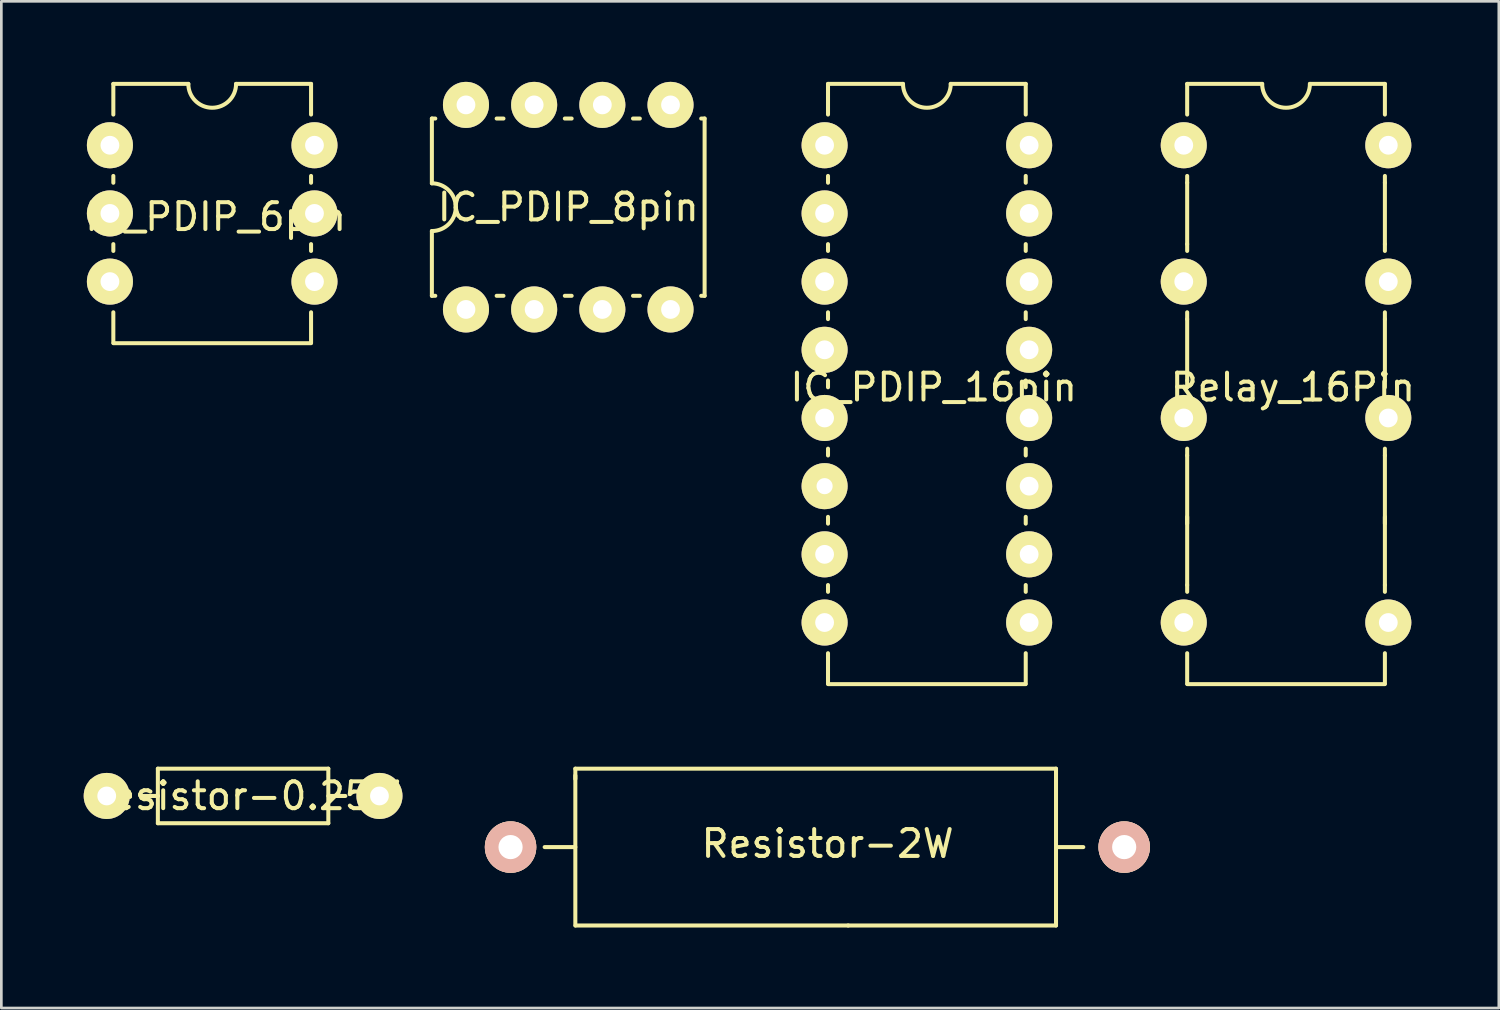
<source format=kicad_pcb>
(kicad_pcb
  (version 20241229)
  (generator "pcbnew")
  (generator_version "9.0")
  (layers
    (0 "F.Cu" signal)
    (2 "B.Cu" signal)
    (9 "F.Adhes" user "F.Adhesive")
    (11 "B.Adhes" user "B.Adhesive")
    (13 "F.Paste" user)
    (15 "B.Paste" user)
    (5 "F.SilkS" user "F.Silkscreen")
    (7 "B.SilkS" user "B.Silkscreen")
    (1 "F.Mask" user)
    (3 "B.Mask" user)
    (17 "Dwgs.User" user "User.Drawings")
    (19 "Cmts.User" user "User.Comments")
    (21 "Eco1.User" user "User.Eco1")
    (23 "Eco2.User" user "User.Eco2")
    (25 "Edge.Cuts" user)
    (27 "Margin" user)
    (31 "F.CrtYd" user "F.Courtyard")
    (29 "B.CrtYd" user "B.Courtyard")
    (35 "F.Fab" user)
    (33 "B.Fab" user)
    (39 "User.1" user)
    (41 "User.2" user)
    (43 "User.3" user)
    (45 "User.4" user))
  (footprint "IC_PDIP_8pin"
    (layer "F.Cu")
    (at 18.119 4.668)
    (property "Reference" "IC_PDIP_8pin" (at 0 0 0) (layer "F.SilkS") (effects (font (size 1 1) (thickness 0.15))))
    (attr through_hole)
    (fp_line (start -5.08 -3.302) (end -4.953 -3.302) (stroke (width 0.15) (type solid)) (layer "F.SilkS"))
    (fp_line (start -5.08 -0.889) (end -5.08 -3.302) (stroke (width 0.15) (type solid)) (layer "F.SilkS"))
    (fp_line (start -5.08 0.889) (end -5.08 3.302) (stroke (width 0.15) (type solid)) (layer "F.SilkS"))
    (fp_line (start -5.08 3.302) (end -4.953 3.302) (stroke (width 0.15) (type solid)) (layer "F.SilkS"))
    (fp_line (start -2.667 -3.302) (end -2.413 -3.302) (stroke (width 0.15) (type solid)) (layer "F.SilkS"))
    (fp_line (start -2.667 3.302) (end -2.413 3.302) (stroke (width 0.15) (type solid)) (layer "F.SilkS"))
    (fp_line (start -0.127 -3.302) (end 0.127 -3.302) (stroke (width 0.15) (type solid)) (layer "F.SilkS"))
    (fp_line (start -0.127 3.302) (end 0.127 3.302) (stroke (width 0.15) (type solid)) (layer "F.SilkS"))
    (fp_line (start 2.413 -3.302) (end 2.667 -3.302) (stroke (width 0.15) (type solid)) (layer "F.SilkS"))
    (fp_line (start 2.413 3.302) (end 2.667 3.302) (stroke (width 0.15) (type solid)) (layer "F.SilkS"))
    (fp_line (start 5.08 -3.302) (end 4.953 -3.302) (stroke (width 0.15) (type solid)) (layer "F.SilkS"))
    (fp_line (start 5.08 3.302) (end 4.953 3.302) (stroke (width 0.15) (type solid)) (layer "F.SilkS"))
    (fp_line (start 5.08 3.302) (end 5.08 -3.302) (stroke (width 0.15) (type solid)) (layer "F.SilkS"))
    (fp_arc (start -5.08 -0.889) (mid -4.451382 -0.628618) (end -4.191 0) (stroke (width 0.15) (type solid)) (layer "F.SilkS"))
    (fp_arc (start -4.191 0) (mid -4.451382 0.628618) (end -5.08 0.889) (stroke (width 0.15) (type solid)) (layer "F.SilkS"))
    (pad "1" thru_hole circle (at -3.81 3.81) (size 1.716 1.716) (drill 0.7) (layers "*.Cu" "*.Mask" "F.SilkS"))
    (pad "2" thru_hole circle (at -1.27 3.81) (size 1.716 1.716) (drill 0.7) (layers "*.Cu" "*.Mask" "F.SilkS"))
    (pad "3" thru_hole circle (at 1.27 3.81) (size 1.716 1.716) (drill 0.7) (layers "*.Cu" "*.Mask" "F.SilkS"))
    (pad "4" thru_hole circle (at 3.81 3.81) (size 1.716 1.716) (drill 0.7) (layers "*.Cu" "*.Mask" "F.SilkS"))
    (pad "5" thru_hole circle (at 3.81 -3.81) (size 1.716 1.716) (drill 0.7) (layers "*.Cu" "*.Mask" "F.SilkS"))
    (pad "6" thru_hole circle (at 1.27 -3.81) (size 1.716 1.716) (drill 0.7) (layers "*.Cu" "*.Mask" "F.SilkS"))
    (pad "7" thru_hole circle (at -1.27 -3.81) (size 1.716 1.716) (drill 0.7) (layers "*.Cu" "*.Mask" "F.SilkS"))
    (pad "8" thru_hole circle (at -3.81 -3.81) (size 1.716 1.716) (drill 0.7) (layers "*.Cu" "*.Mask" "F.SilkS")))
  (footprint "Relay_16Pin"
    (layer "F.Cu")
    (at 41.049 2.361)
    (property "Reference" "Relay_16Pin" (at 4.064 9.017 0) (layer "F.SilkS") (effects (font (size 1 1) (thickness 0.15))))
    (attr through_hole)
    (fp_line (start 0.127 -2.286) (end 2.921 -2.286) (stroke (width 0.15) (type solid)) (layer "F.SilkS"))
    (fp_line (start 0.127 -1.143) (end 0.127 -2.286) (stroke (width 0.15) (type solid)) (layer "F.SilkS"))
    (fp_line (start 0.127 1.143) (end 0.127 1.397) (stroke (width 0.15) (type solid)) (layer "F.SilkS"))
    (fp_line (start 0.127 1.397) (end 0.127 3.683) (stroke (width 0.15) (type solid)) (layer "F.SilkS"))
    (fp_line (start 0.127 3.937) (end 0.127 3.683) (stroke (width 0.15) (type solid)) (layer "F.SilkS"))
    (fp_line (start 0.127 6.477) (end 0.127 6.223) (stroke (width 0.15) (type solid)) (layer "F.SilkS"))
    (fp_line (start 0.127 8.763) (end 0.127 6.477) (stroke (width 0.15) (type solid)) (layer "F.SilkS"))
    (fp_line (start 0.127 9.017) (end 0.127 8.763) (stroke (width 0.15) (type solid)) (layer "F.SilkS"))
    (fp_line (start 0.127 11.557) (end 0.127 11.303) (stroke (width 0.15) (type solid)) (layer "F.SilkS"))
    (fp_line (start 0.127 11.557) (end 0.127 16.383) (stroke (width 0.15) (type solid)) (layer "F.SilkS"))
    (fp_line (start 0.127 14.097) (end 0.127 13.843) (stroke (width 0.15) (type solid)) (layer "F.SilkS"))
    (fp_line (start 0.127 16.637) (end 0.127 16.383) (stroke (width 0.15) (type solid)) (layer "F.SilkS"))
    (fp_line (start 0.127 18.923) (end 0.127 20.066) (stroke (width 0.15) (type solid)) (layer "F.SilkS"))
    (fp_line (start 0.135 20.075) (end 7.485 20.075) (stroke (width 0.15) (type solid)) (layer "F.SilkS"))
    (fp_line (start 4.699 -2.286) (end 7.493 -2.286) (stroke (width 0.15) (type solid)) (layer "F.SilkS"))
    (fp_line (start 7.493 -1.143) (end 7.493 -2.286) (stroke (width 0.15) (type solid)) (layer "F.SilkS"))
    (fp_line (start 7.493 1.143) (end 7.493 1.397) (stroke (width 0.15) (type solid)) (layer "F.SilkS"))
    (fp_line (start 7.493 3.683) (end 7.493 1.397) (stroke (width 0.15) (type solid)) (layer "F.SilkS"))
    (fp_line (start 7.493 3.683) (end 7.493 3.937) (stroke (width 0.15) (type solid)) (layer "F.SilkS"))
    (fp_line (start 7.493 6.223) (end 7.493 6.477) (stroke (width 0.15) (type solid)) (layer "F.SilkS"))
    (fp_line (start 7.493 6.477) (end 7.493 8.763) (stroke (width 0.15) (type solid)) (layer "F.SilkS"))
    (fp_line (start 7.493 8.763) (end 7.493 9.017) (stroke (width 0.15) (type solid)) (layer "F.SilkS"))
    (fp_line (start 7.493 11.303) (end 7.493 11.557) (stroke (width 0.15) (type solid)) (layer "F.SilkS"))
    (fp_line (start 7.493 13.843) (end 7.493 14.097) (stroke (width 0.15) (type solid)) (layer "F.SilkS"))
    (fp_line (start 7.493 16.383) (end 7.493 11.557) (stroke (width 0.15) (type solid)) (layer "F.SilkS"))
    (fp_line (start 7.493 16.383) (end 7.493 16.637) (stroke (width 0.15) (type solid)) (layer "F.SilkS"))
    (fp_line (start 7.493 18.923) (end 7.493 20.066) (stroke (width 0.15) (type solid)) (layer "F.SilkS"))
    (fp_arc (start 4.699 -2.286) (mid 3.81 -1.397) (end 2.921 -2.286) (stroke (width 0.15) (type solid)) (layer "F.SilkS"))
    (pad "1" thru_hole circle (at 0 0) (size 1.716 1.716) (drill 0.7) (layers "*.Cu" "*.Mask" "F.SilkS"))
    (pad "3" thru_hole circle (at 0 5.08) (size 1.716 1.716) (drill 0.7) (layers "*.Cu" "*.Mask" "F.SilkS"))
    (pad "5" thru_hole circle (at 0 10.16) (size 1.716 1.716) (drill 0.7) (layers "*.Cu" "*.Mask" "F.SilkS"))
    (pad "8" thru_hole circle (at 0 17.78) (size 1.716 1.716) (drill 0.7) (layers "*.Cu" "*.Mask" "F.SilkS"))
    (pad "9" thru_hole circle (at 7.62 17.78) (size 1.716 1.716) (drill 0.7) (layers "*.Cu" "*.Mask" "F.SilkS"))
    (pad "12" thru_hole circle (at 7.62 10.16) (size 1.716 1.716) (drill 0.7) (layers "*.Cu" "*.Mask" "F.SilkS"))
    (pad "14" thru_hole circle (at 7.62 5.08) (size 1.716 1.716) (drill 0.7) (layers "*.Cu" "*.Mask" "F.SilkS"))
    (pad "16" thru_hole circle (at 7.62 0) (size 1.716 1.716) (drill 0.7) (layers "*.Cu" "*.Mask" "F.SilkS")))
  (footprint "Resistor-0.25W"
    (layer "F.Cu")
    (at 0.926 26.602)
    (property "Reference" "Resistor-0.25W" (at 5.08 0 0) (layer "F.SilkS") (effects (font (size 1 1) (thickness 0.15))))
    (attr through_hole)
    (fp_line (start 1.905 -1.016) (end 8.255 -1.016) (stroke (width 0.15) (type solid)) (layer "F.SilkS"))
    (fp_line (start 1.905 0) (end 1.27 0) (stroke (width 0.15) (type solid)) (layer "F.SilkS"))
    (fp_line (start 1.905 0) (end 1.905 -1.016) (stroke (width 0.15) (type solid)) (layer "F.SilkS"))
    (fp_line (start 1.905 1.016) (end 1.905 0) (stroke (width 0.15) (type solid)) (layer "F.SilkS"))
    (fp_line (start 8.255 -1.016) (end 8.255 1.016) (stroke (width 0.15) (type solid)) (layer "F.SilkS"))
    (fp_line (start 8.255 0) (end 8.89 0) (stroke (width 0.15) (type solid)) (layer "F.SilkS"))
    (fp_line (start 8.255 1.016) (end 1.905 1.016) (stroke (width 0.15) (type solid)) (layer "F.SilkS"))
    (pad "1" thru_hole circle (at 0 0) (size 1.716 1.716) (drill 0.7) (layers "*.Cu" "*.Mask" "F.SilkS"))
    (pad "2" thru_hole circle (at 10.16 0) (size 1.716 1.716) (drill 0.7) (layers "*.Cu" "*.Mask" "F.SilkS")))
  (footprint "IC_PDIP_6pin"
    (layer "F.Cu")
    (at 1.045 2.361)
    (property "Reference" "IC_PDIP_6pin" (at 3.937 2.667 0) (layer "F.SilkS") (effects (font (size 1 1) (thickness 0.15))))
    (attr through_hole)
    (fp_line (start 0.127 -2.286) (end 2.921 -2.286) (stroke (width 0.15) (type solid)) (layer "F.SilkS"))
    (fp_line (start 0.127 -1.143) (end 0.127 -2.286) (stroke (width 0.15) (type solid)) (layer "F.SilkS"))
    (fp_line (start 0.127 1.143) (end 0.127 1.397) (stroke (width 0.15) (type solid)) (layer "F.SilkS"))
    (fp_line (start 0.127 3.683) (end 0.127 3.937) (stroke (width 0.15) (type solid)) (layer "F.SilkS"))
    (fp_line (start 0.127 6.223) (end 0.127 7.366) (stroke (width 0.15) (type solid)) (layer "F.SilkS"))
    (fp_line (start 0.135 7.375) (end 7.485 7.375) (stroke (width 0.15) (type solid)) (layer "F.SilkS"))
    (fp_line (start 4.699 -2.286) (end 7.493 -2.286) (stroke (width 0.15) (type solid)) (layer "F.SilkS"))
    (fp_line (start 7.493 -1.143) (end 7.493 -2.286) (stroke (width 0.15) (type solid)) (layer "F.SilkS"))
    (fp_line (start 7.493 1.143) (end 7.493 1.397) (stroke (width 0.15) (type solid)) (layer "F.SilkS"))
    (fp_line (start 7.493 3.683) (end 7.493 3.937) (stroke (width 0.15) (type solid)) (layer "F.SilkS"))
    (fp_line (start 7.493 6.223) (end 7.493 7.366) (stroke (width 0.15) (type solid)) (layer "F.SilkS"))
    (fp_arc (start 4.699 -2.286) (mid 3.81 -1.397) (end 2.921 -2.286) (stroke (width 0.15) (type solid)) (layer "F.SilkS"))
    (pad "1" thru_hole circle (at 0 0) (size 1.716 1.716) (drill 0.7) (layers "*.Cu" "*.Mask" "F.SilkS"))
    (pad "2" thru_hole circle (at 0 2.54) (size 1.716 1.716) (drill 0.7) (layers "*.Cu" "*.Mask" "F.SilkS"))
    (pad "3" thru_hole circle (at 0 5.08) (size 1.716 1.716) (drill 0.7) (layers "*.Cu" "*.Mask" "F.SilkS"))
    (pad "4" thru_hole circle (at 7.62 5.08) (size 1.716 1.716) (drill 0.7) (layers "*.Cu" "*.Mask" "F.SilkS"))
    (pad "5" thru_hole circle (at 7.62 2.54) (size 1.716 1.716) (drill 0.7) (layers "*.Cu" "*.Mask" "F.SilkS"))
    (pad "6" thru_hole circle (at 7.62 0) (size 1.716 1.716) (drill 0.7) (layers "*.Cu" "*.Mask" "F.SilkS")))
  (footprint "Resistor-2W"
    (layer "F.Cu")
    (at 15.97 28.507)
    (property "Reference" "Resistor-2W" (at 11.811 -0.127 0) (layer "F.SilkS") (effects (font (size 1 1) (thickness 0.15))))
    (attr through_hole)
    (fp_line (start 1.27 0) (end 2.413 0) (stroke (width 0.15) (type solid)) (layer "F.SilkS"))
    (fp_line (start 2.413 -2.921) (end 2.413 -2.54) (stroke (width 0.15) (type solid)) (layer "F.SilkS"))
    (fp_line (start 2.413 -2.667) (end 2.413 2.921) (stroke (width 0.15) (type solid)) (layer "F.SilkS"))
    (fp_line (start 2.42 2.921) (end 12.58 2.921) (stroke (width 0.15) (type solid)) (layer "F.SilkS"))
    (fp_line (start 20.32 -2.921) (end 2.413 -2.921) (stroke (width 0.15) (type solid)) (layer "F.SilkS"))
    (fp_line (start 20.32 0) (end 20.32 -2.921) (stroke (width 0.15) (type solid)) (layer "F.SilkS"))
    (fp_line (start 20.32 0) (end 20.32 2.921) (stroke (width 0.15) (type solid)) (layer "F.SilkS"))
    (fp_line (start 20.32 2.921) (end 12.573 2.921) (stroke (width 0.15) (type solid)) (layer "F.SilkS"))
    (fp_line (start 21.336 0) (end 20.32 0) (stroke (width 0.15) (type solid)) (layer "F.SilkS"))
    (pad "1" thru_hole circle (at 0 0) (size 1.916 1.916) (drill 0.9) (layers "*.Cu" "*.SilkS" "*.Mask"))
    (pad "2" thru_hole circle (at 22.86 0) (size 1.916 1.916) (drill 0.9) (layers "*.Cu" "*.SilkS" "*.Mask")))
  (footprint "IC_PDIP_16pin"
    (layer "F.Cu")
    (at 27.669 2.361)
    (property "Reference" "IC_PDIP_16pin" (at 4.064 9.017 0) (layer "F.SilkS") (effects (font (size 1 1) (thickness 0.15))))
    (attr through_hole)
    (fp_line (start 0.127 -2.286) (end 2.921 -2.286) (stroke (width 0.15) (type solid)) (layer "F.SilkS"))
    (fp_line (start 0.127 -1.143) (end 0.127 -2.286) (stroke (width 0.15) (type solid)) (layer "F.SilkS"))
    (fp_line (start 0.127 1.143) (end 0.127 1.397) (stroke (width 0.15) (type solid)) (layer "F.SilkS"))
    (fp_line (start 0.127 3.937) (end 0.127 3.683) (stroke (width 0.15) (type solid)) (layer "F.SilkS"))
    (fp_line (start 0.127 6.477) (end 0.127 6.223) (stroke (width 0.15) (type solid)) (layer "F.SilkS"))
    (fp_line (start 0.127 9.017) (end 0.127 8.763) (stroke (width 0.15) (type solid)) (layer "F.SilkS"))
    (fp_line (start 0.127 11.557) (end 0.127 11.303) (stroke (width 0.15) (type solid)) (layer "F.SilkS"))
    (fp_line (start 0.127 14.097) (end 0.127 13.843) (stroke (width 0.15) (type solid)) (layer "F.SilkS"))
    (fp_line (start 0.127 16.637) (end 0.127 16.383) (stroke (width 0.15) (type solid)) (layer "F.SilkS"))
    (fp_line (start 0.127 18.923) (end 0.127 20.066) (stroke (width 0.15) (type solid)) (layer "F.SilkS"))
    (fp_line (start 0.135 20.075) (end 7.485 20.075) (stroke (width 0.15) (type solid)) (layer "F.SilkS"))
    (fp_line (start 4.699 -2.286) (end 7.493 -2.286) (stroke (width 0.15) (type solid)) (layer "F.SilkS"))
    (fp_line (start 7.493 -1.143) (end 7.493 -2.286) (stroke (width 0.15) (type solid)) (layer "F.SilkS"))
    (fp_line (start 7.493 1.143) (end 7.493 1.397) (stroke (width 0.15) (type solid)) (layer "F.SilkS"))
    (fp_line (start 7.493 3.683) (end 7.493 3.937) (stroke (width 0.15) (type solid)) (layer "F.SilkS"))
    (fp_line (start 7.493 6.223) (end 7.493 6.477) (stroke (width 0.15) (type solid)) (layer "F.SilkS"))
    (fp_line (start 7.493 8.763) (end 7.493 9.017) (stroke (width 0.15) (type solid)) (layer "F.SilkS"))
    (fp_line (start 7.493 11.303) (end 7.493 11.557) (stroke (width 0.15) (type solid)) (layer "F.SilkS"))
    (fp_line (start 7.493 13.843) (end 7.493 14.097) (stroke (width 0.15) (type solid)) (layer "F.SilkS"))
    (fp_line (start 7.493 16.383) (end 7.493 16.637) (stroke (width 0.15) (type solid)) (layer "F.SilkS"))
    (fp_line (start 7.493 18.923) (end 7.493 20.066) (stroke (width 0.15) (type solid)) (layer "F.SilkS"))
    (fp_arc (start 4.699 -2.286) (mid 3.81 -1.397) (end 2.921 -2.286) (stroke (width 0.15) (type solid)) (layer "F.SilkS"))
    (pad "1" thru_hole circle (at 0 0) (size 1.716 1.716) (drill 0.7) (layers "*.Cu" "*.Mask" "F.SilkS"))
    (pad "2" thru_hole circle (at 0 2.54) (size 1.716 1.716) (drill 0.7) (layers "*.Cu" "*.Mask" "F.SilkS"))
    (pad "3" thru_hole circle (at 0 5.08) (size 1.716 1.716) (drill 0.7) (layers "*.Cu" "*.Mask" "F.SilkS"))
    (pad "4" thru_hole circle (at 0 7.62) (size 1.716 1.716) (drill 0.7) (layers "*.Cu" "*.Mask" "F.SilkS"))
    (pad "5" thru_hole circle (at 0 10.16) (size 1.716 1.716) (drill 0.7) (layers "*.Cu" "*.Mask" "F.SilkS"))
    (pad "6" thru_hole circle (at 0 12.7) (size 1.716 1.716) (drill 0.6) (layers "*.Cu" "*.Mask" "F.SilkS"))
    (pad "7" thru_hole circle (at 0 15.24) (size 1.716 1.716) (drill 0.7) (layers "*.Cu" "*.Mask" "F.SilkS"))
    (pad "8" thru_hole circle (at 0 17.78) (size 1.716 1.716) (drill 0.7) (layers "*.Cu" "*.Mask" "F.SilkS"))
    (pad "9" thru_hole circle (at 7.62 17.78) (size 1.716 1.716) (drill 0.7) (layers "*.Cu" "*.Mask" "F.SilkS"))
    (pad "10" thru_hole circle (at 7.62 15.24) (size 1.716 1.716) (drill 0.7) (layers "*.Cu" "*.Mask" "F.SilkS"))
    (pad "11" thru_hole circle (at 7.62 12.7) (size 1.716 1.716) (drill 0.7) (layers "*.Cu" "*.Mask" "F.SilkS"))
    (pad "12" thru_hole circle (at 7.62 10.16) (size 1.716 1.716) (drill 0.7) (layers "*.Cu" "*.Mask" "F.SilkS"))
    (pad "13" thru_hole circle (at 7.62 7.62) (size 1.716 1.716) (drill 0.7) (layers "*.Cu" "*.Mask" "F.SilkS"))
    (pad "14" thru_hole circle (at 7.62 5.08) (size 1.716 1.716) (drill 0.7) (layers "*.Cu" "*.Mask" "F.SilkS"))
    (pad "15" thru_hole circle (at 7.62 2.54) (size 1.716 1.716) (drill 0.7) (layers "*.Cu" "*.Mask" "F.SilkS"))
    (pad "16" thru_hole circle (at 7.62 0) (size 1.716 1.716) (drill 0.7) (layers "*.Cu" "*.Mask" "F.SilkS")))
  (gr_rect
    (start -3 -3)
    (end 52.786 34.503)
    (stroke (width 0.1) (type default))
    (fill no)
    (layer "Edge.Cuts")))
</source>
